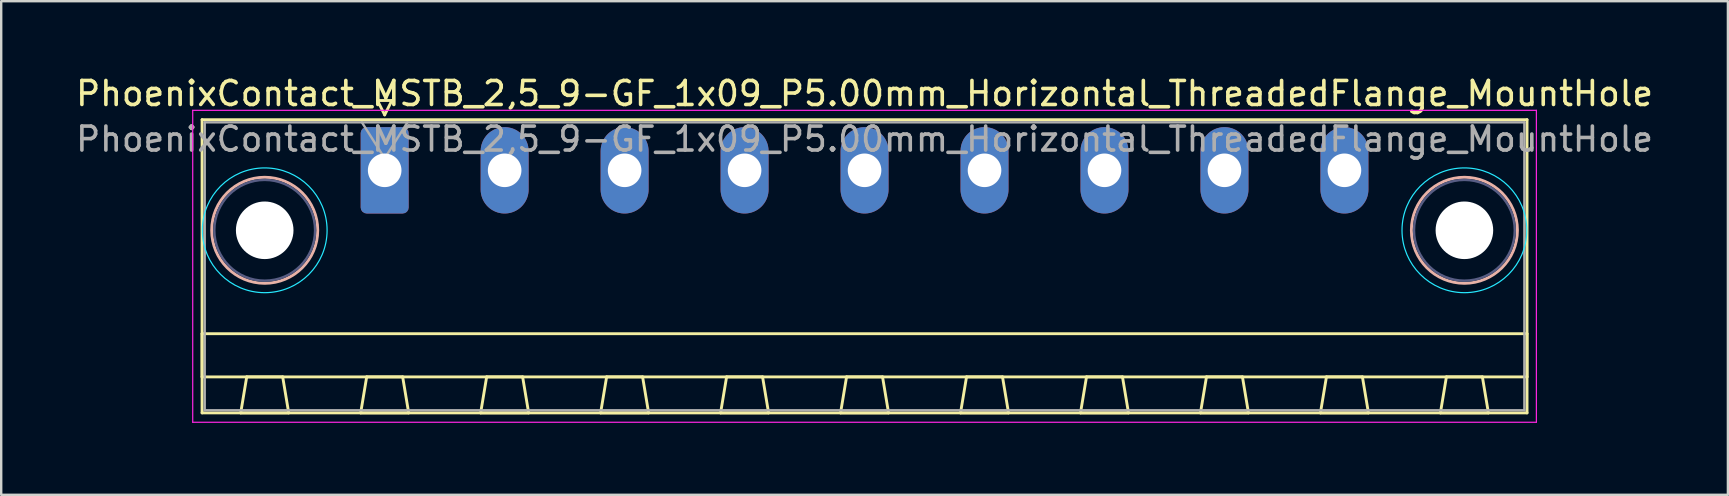
<source format=kicad_pcb>
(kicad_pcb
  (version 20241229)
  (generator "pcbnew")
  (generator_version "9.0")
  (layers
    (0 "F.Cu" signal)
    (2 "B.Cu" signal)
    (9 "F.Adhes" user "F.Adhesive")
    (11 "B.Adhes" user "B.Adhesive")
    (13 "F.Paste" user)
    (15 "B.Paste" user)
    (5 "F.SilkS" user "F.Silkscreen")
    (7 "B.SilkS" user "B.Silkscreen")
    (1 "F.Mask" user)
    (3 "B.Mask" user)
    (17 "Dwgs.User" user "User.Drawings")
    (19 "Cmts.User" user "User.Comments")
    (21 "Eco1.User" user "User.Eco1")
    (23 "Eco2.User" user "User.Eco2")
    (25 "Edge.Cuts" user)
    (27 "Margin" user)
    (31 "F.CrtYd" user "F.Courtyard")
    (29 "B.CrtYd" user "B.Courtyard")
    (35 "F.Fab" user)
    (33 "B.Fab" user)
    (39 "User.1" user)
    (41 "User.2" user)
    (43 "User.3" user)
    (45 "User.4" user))
  (footprint "PhoenixContact_MSTB_2,5_9-GF_1x09_P5.00mm_Horizontal_ThreadedFlange_MountHole"
    (layer "F.Cu")
    (at 12.982 4.048)
    (property "Reference" "PhoenixContact_MSTB_2,5_9-GF_1x09_P5.00mm_Horizontal_ThreadedFlange_MountHole" (at 20 -3.2 0) (layer "F.SilkS") (effects (font (size 1 1) (thickness 0.15))))
    (attr through_hole)
    (fp_line (start -7.61 -2.11) (end -7.61 10.11) (stroke (width 0.12) (type solid)) (layer "F.SilkS"))
    (fp_line (start -7.61 6.81) (end 47.61 6.81) (stroke (width 0.12) (type solid)) (layer "F.SilkS"))
    (fp_line (start -7.61 8.61) (end -7.61 6.81) (stroke (width 0.12) (type solid)) (layer "F.SilkS"))
    (fp_line (start -7.61 10.11) (end 47.61 10.11) (stroke (width 0.12) (type solid)) (layer "F.SilkS"))
    (fp_line (start -6 10.11) (end -4 10.11) (stroke (width 0.12) (type solid)) (layer "F.SilkS"))
    (fp_line (start -5.75 8.61) (end -6 10.11) (stroke (width 0.12) (type solid)) (layer "F.SilkS"))
    (fp_line (start -4.25 8.61) (end -5.75 8.61) (stroke (width 0.12) (type solid)) (layer "F.SilkS"))
    (fp_line (start -4 10.11) (end -4.25 8.61) (stroke (width 0.12) (type solid)) (layer "F.SilkS"))
    (fp_line (start -1 10.11) (end 1 10.11) (stroke (width 0.12) (type solid)) (layer "F.SilkS"))
    (fp_line (start -0.75 8.61) (end -1 10.11) (stroke (width 0.12) (type solid)) (layer "F.SilkS"))
    (fp_line (start -0.3 -2.91) (end 0.3 -2.91) (stroke (width 0.12) (type solid)) (layer "F.SilkS"))
    (fp_line (start 0 -2.31) (end -0.3 -2.91) (stroke (width 0.12) (type solid)) (layer "F.SilkS"))
    (fp_line (start 0.3 -2.91) (end 0 -2.31) (stroke (width 0.12) (type solid)) (layer "F.SilkS"))
    (fp_line (start 0.75 8.61) (end -0.75 8.61) (stroke (width 0.12) (type solid)) (layer "F.SilkS"))
    (fp_line (start 1 10.11) (end 0.75 8.61) (stroke (width 0.12) (type solid)) (layer "F.SilkS"))
    (fp_line (start 4 10.11) (end 6 10.11) (stroke (width 0.12) (type solid)) (layer "F.SilkS"))
    (fp_line (start 4.25 8.61) (end 4 10.11) (stroke (width 0.12) (type solid)) (layer "F.SilkS"))
    (fp_line (start 5.75 8.61) (end 4.25 8.61) (stroke (width 0.12) (type solid)) (layer "F.SilkS"))
    (fp_line (start 6 10.11) (end 5.75 8.61) (stroke (width 0.12) (type solid)) (layer "F.SilkS"))
    (fp_line (start 9 10.11) (end 11 10.11) (stroke (width 0.12) (type solid)) (layer "F.SilkS"))
    (fp_line (start 9.25 8.61) (end 9 10.11) (stroke (width 0.12) (type solid)) (layer "F.SilkS"))
    (fp_line (start 10.75 8.61) (end 9.25 8.61) (stroke (width 0.12) (type solid)) (layer "F.SilkS"))
    (fp_line (start 11 10.11) (end 10.75 8.61) (stroke (width 0.12) (type solid)) (layer "F.SilkS"))
    (fp_line (start 14 10.11) (end 16 10.11) (stroke (width 0.12) (type solid)) (layer "F.SilkS"))
    (fp_line (start 14.25 8.61) (end 14 10.11) (stroke (width 0.12) (type solid)) (layer "F.SilkS"))
    (fp_line (start 15.75 8.61) (end 14.25 8.61) (stroke (width 0.12) (type solid)) (layer "F.SilkS"))
    (fp_line (start 16 10.11) (end 15.75 8.61) (stroke (width 0.12) (type solid)) (layer "F.SilkS"))
    (fp_line (start 19 10.11) (end 21 10.11) (stroke (width 0.12) (type solid)) (layer "F.SilkS"))
    (fp_line (start 19.25 8.61) (end 19 10.11) (stroke (width 0.12) (type solid)) (layer "F.SilkS"))
    (fp_line (start 20.75 8.61) (end 19.25 8.61) (stroke (width 0.12) (type solid)) (layer "F.SilkS"))
    (fp_line (start 21 10.11) (end 20.75 8.61) (stroke (width 0.12) (type solid)) (layer "F.SilkS"))
    (fp_line (start 24 10.11) (end 26 10.11) (stroke (width 0.12) (type solid)) (layer "F.SilkS"))
    (fp_line (start 24.25 8.61) (end 24 10.11) (stroke (width 0.12) (type solid)) (layer "F.SilkS"))
    (fp_line (start 25.75 8.61) (end 24.25 8.61) (stroke (width 0.12) (type solid)) (layer "F.SilkS"))
    (fp_line (start 26 10.11) (end 25.75 8.61) (stroke (width 0.12) (type solid)) (layer "F.SilkS"))
    (fp_line (start 29 10.11) (end 31 10.11) (stroke (width 0.12) (type solid)) (layer "F.SilkS"))
    (fp_line (start 29.25 8.61) (end 29 10.11) (stroke (width 0.12) (type solid)) (layer "F.SilkS"))
    (fp_line (start 30.75 8.61) (end 29.25 8.61) (stroke (width 0.12) (type solid)) (layer "F.SilkS"))
    (fp_line (start 31 10.11) (end 30.75 8.61) (stroke (width 0.12) (type solid)) (layer "F.SilkS"))
    (fp_line (start 34 10.11) (end 36 10.11) (stroke (width 0.12) (type solid)) (layer "F.SilkS"))
    (fp_line (start 34.25 8.61) (end 34 10.11) (stroke (width 0.12) (type solid)) (layer "F.SilkS"))
    (fp_line (start 35.75 8.61) (end 34.25 8.61) (stroke (width 0.12) (type solid)) (layer "F.SilkS"))
    (fp_line (start 36 10.11) (end 35.75 8.61) (stroke (width 0.12) (type solid)) (layer "F.SilkS"))
    (fp_line (start 39 10.11) (end 41 10.11) (stroke (width 0.12) (type solid)) (layer "F.SilkS"))
    (fp_line (start 39.25 8.61) (end 39 10.11) (stroke (width 0.12) (type solid)) (layer "F.SilkS"))
    (fp_line (start 40.75 8.61) (end 39.25 8.61) (stroke (width 0.12) (type solid)) (layer "F.SilkS"))
    (fp_line (start 41 10.11) (end 40.75 8.61) (stroke (width 0.12) (type solid)) (layer "F.SilkS"))
    (fp_line (start 44 10.11) (end 46 10.11) (stroke (width 0.12) (type solid)) (layer "F.SilkS"))
    (fp_line (start 44.25 8.61) (end 44 10.11) (stroke (width 0.12) (type solid)) (layer "F.SilkS"))
    (fp_line (start 45.75 8.61) (end 44.25 8.61) (stroke (width 0.12) (type solid)) (layer "F.SilkS"))
    (fp_line (start 46 10.11) (end 45.75 8.61) (stroke (width 0.12) (type solid)) (layer "F.SilkS"))
    (fp_line (start 47.61 -2.11) (end -7.61 -2.11) (stroke (width 0.12) (type solid)) (layer "F.SilkS"))
    (fp_line (start 47.61 6.81) (end 47.61 8.61) (stroke (width 0.12) (type solid)) (layer "F.SilkS"))
    (fp_line (start 47.61 8.61) (end -7.61 8.61) (stroke (width 0.12) (type solid)) (layer "F.SilkS"))
    (fp_line (start 47.61 10.11) (end 47.61 -2.11) (stroke (width 0.12) (type solid)) (layer "F.SilkS"))
    (fp_circle (center -5 2.5) (end -2.79 2.5) (stroke (width 0.12) (type solid)) (fill no) (layer "B.SilkS"))
    (fp_circle (center 45 2.5) (end 47.21 2.5) (stroke (width 0.12) (type solid)) (fill no) (layer "B.SilkS"))
    (fp_circle (center -5 2.5) (end -2.4 2.5) (stroke (width 0.05) (type solid)) (fill no) (layer "B.CrtYd"))
    (fp_circle (center 45 2.5) (end 47.6 2.5) (stroke (width 0.05) (type solid)) (fill no) (layer "B.CrtYd"))
    (fp_line (start -8 -2.5) (end -8 10.5) (stroke (width 0.05) (type solid)) (layer "F.CrtYd"))
    (fp_line (start -8 10.5) (end 48 10.5) (stroke (width 0.05) (type solid)) (layer "F.CrtYd"))
    (fp_line (start 48 -2.5) (end -8 -2.5) (stroke (width 0.05) (type solid)) (layer "F.CrtYd"))
    (fp_line (start 48 10.5) (end 48 -2.5) (stroke (width 0.05) (type solid)) (layer "F.CrtYd"))
    (fp_circle (center -5 2.5) (end -2.9 2.5) (stroke (width 0.1) (type solid)) (fill no) (layer "B.Fab"))
    (fp_circle (center 45 2.5) (end 47.1 2.5) (stroke (width 0.1) (type solid)) (fill no) (layer "B.Fab"))
    (fp_line (start -7.5 -2) (end -7.5 10) (stroke (width 0.1) (type solid)) (layer "F.Fab"))
    (fp_line (start -7.5 10) (end 47.5 10) (stroke (width 0.1) (type solid)) (layer "F.Fab"))
    (fp_line (start 0 -0.5) (end -0.95 -2) (stroke (width 0.1) (type solid)) (layer "F.Fab"))
    (fp_line (start 0.95 -2) (end 0 -0.5) (stroke (width 0.1) (type solid)) (layer "F.Fab"))
    (fp_line (start 47.5 -2) (end -7.5 -2) (stroke (width 0.1) (type solid)) (layer "F.Fab"))
    (fp_line (start 47.5 10) (end 47.5 -2) (stroke (width 0.1) (type solid)) (layer "F.Fab"))
    (fp_text user "${REFERENCE}" (at 20 -1.3 0) (layer "F.Fab") (effects (font (size 1 1) (thickness 0.15))))
    (pad "" np_thru_hole circle (at -5 2.5) (size 2.4 2.4) (drill 2.4) (layers "*.Cu" "*.Mask"))
    (pad "" np_thru_hole circle (at 45 2.5) (size 2.4 2.4) (drill 2.4) (layers "*.Cu" "*.Mask"))
    (pad "1" thru_hole roundrect (at 0 0) (size 2 3.6) (drill 1.4) (layers "*.Cu" "*.Mask") (roundrect_rratio 0.125))
    (pad "2" thru_hole oval (at 5 0) (size 2 3.6) (drill 1.4) (layers "*.Cu" "*.Mask"))
    (pad "3" thru_hole oval (at 10 0) (size 2 3.6) (drill 1.4) (layers "*.Cu" "*.Mask"))
    (pad "4" thru_hole oval (at 15 0) (size 2 3.6) (drill 1.4) (layers "*.Cu" "*.Mask"))
    (pad "5" thru_hole oval (at 20 0) (size 2 3.6) (drill 1.4) (layers "*.Cu" "*.Mask"))
    (pad "6" thru_hole oval (at 25 0) (size 2 3.6) (drill 1.4) (layers "*.Cu" "*.Mask"))
    (pad "7" thru_hole oval (at 30 0) (size 2 3.6) (drill 1.4) (layers "*.Cu" "*.Mask"))
    (pad "8" thru_hole oval (at 35 0) (size 2 3.6) (drill 1.4) (layers "*.Cu" "*.Mask"))
    (pad "9" thru_hole oval (at 40 0) (size 2 3.6) (drill 1.4) (layers "*.Cu" "*.Mask")))
  (gr_rect
    (start -3 -3)
    (end 68.964 17.573)
    (stroke (width 0.1) (type default))
    (fill no)
    (layer "Edge.Cuts")))
</source>
